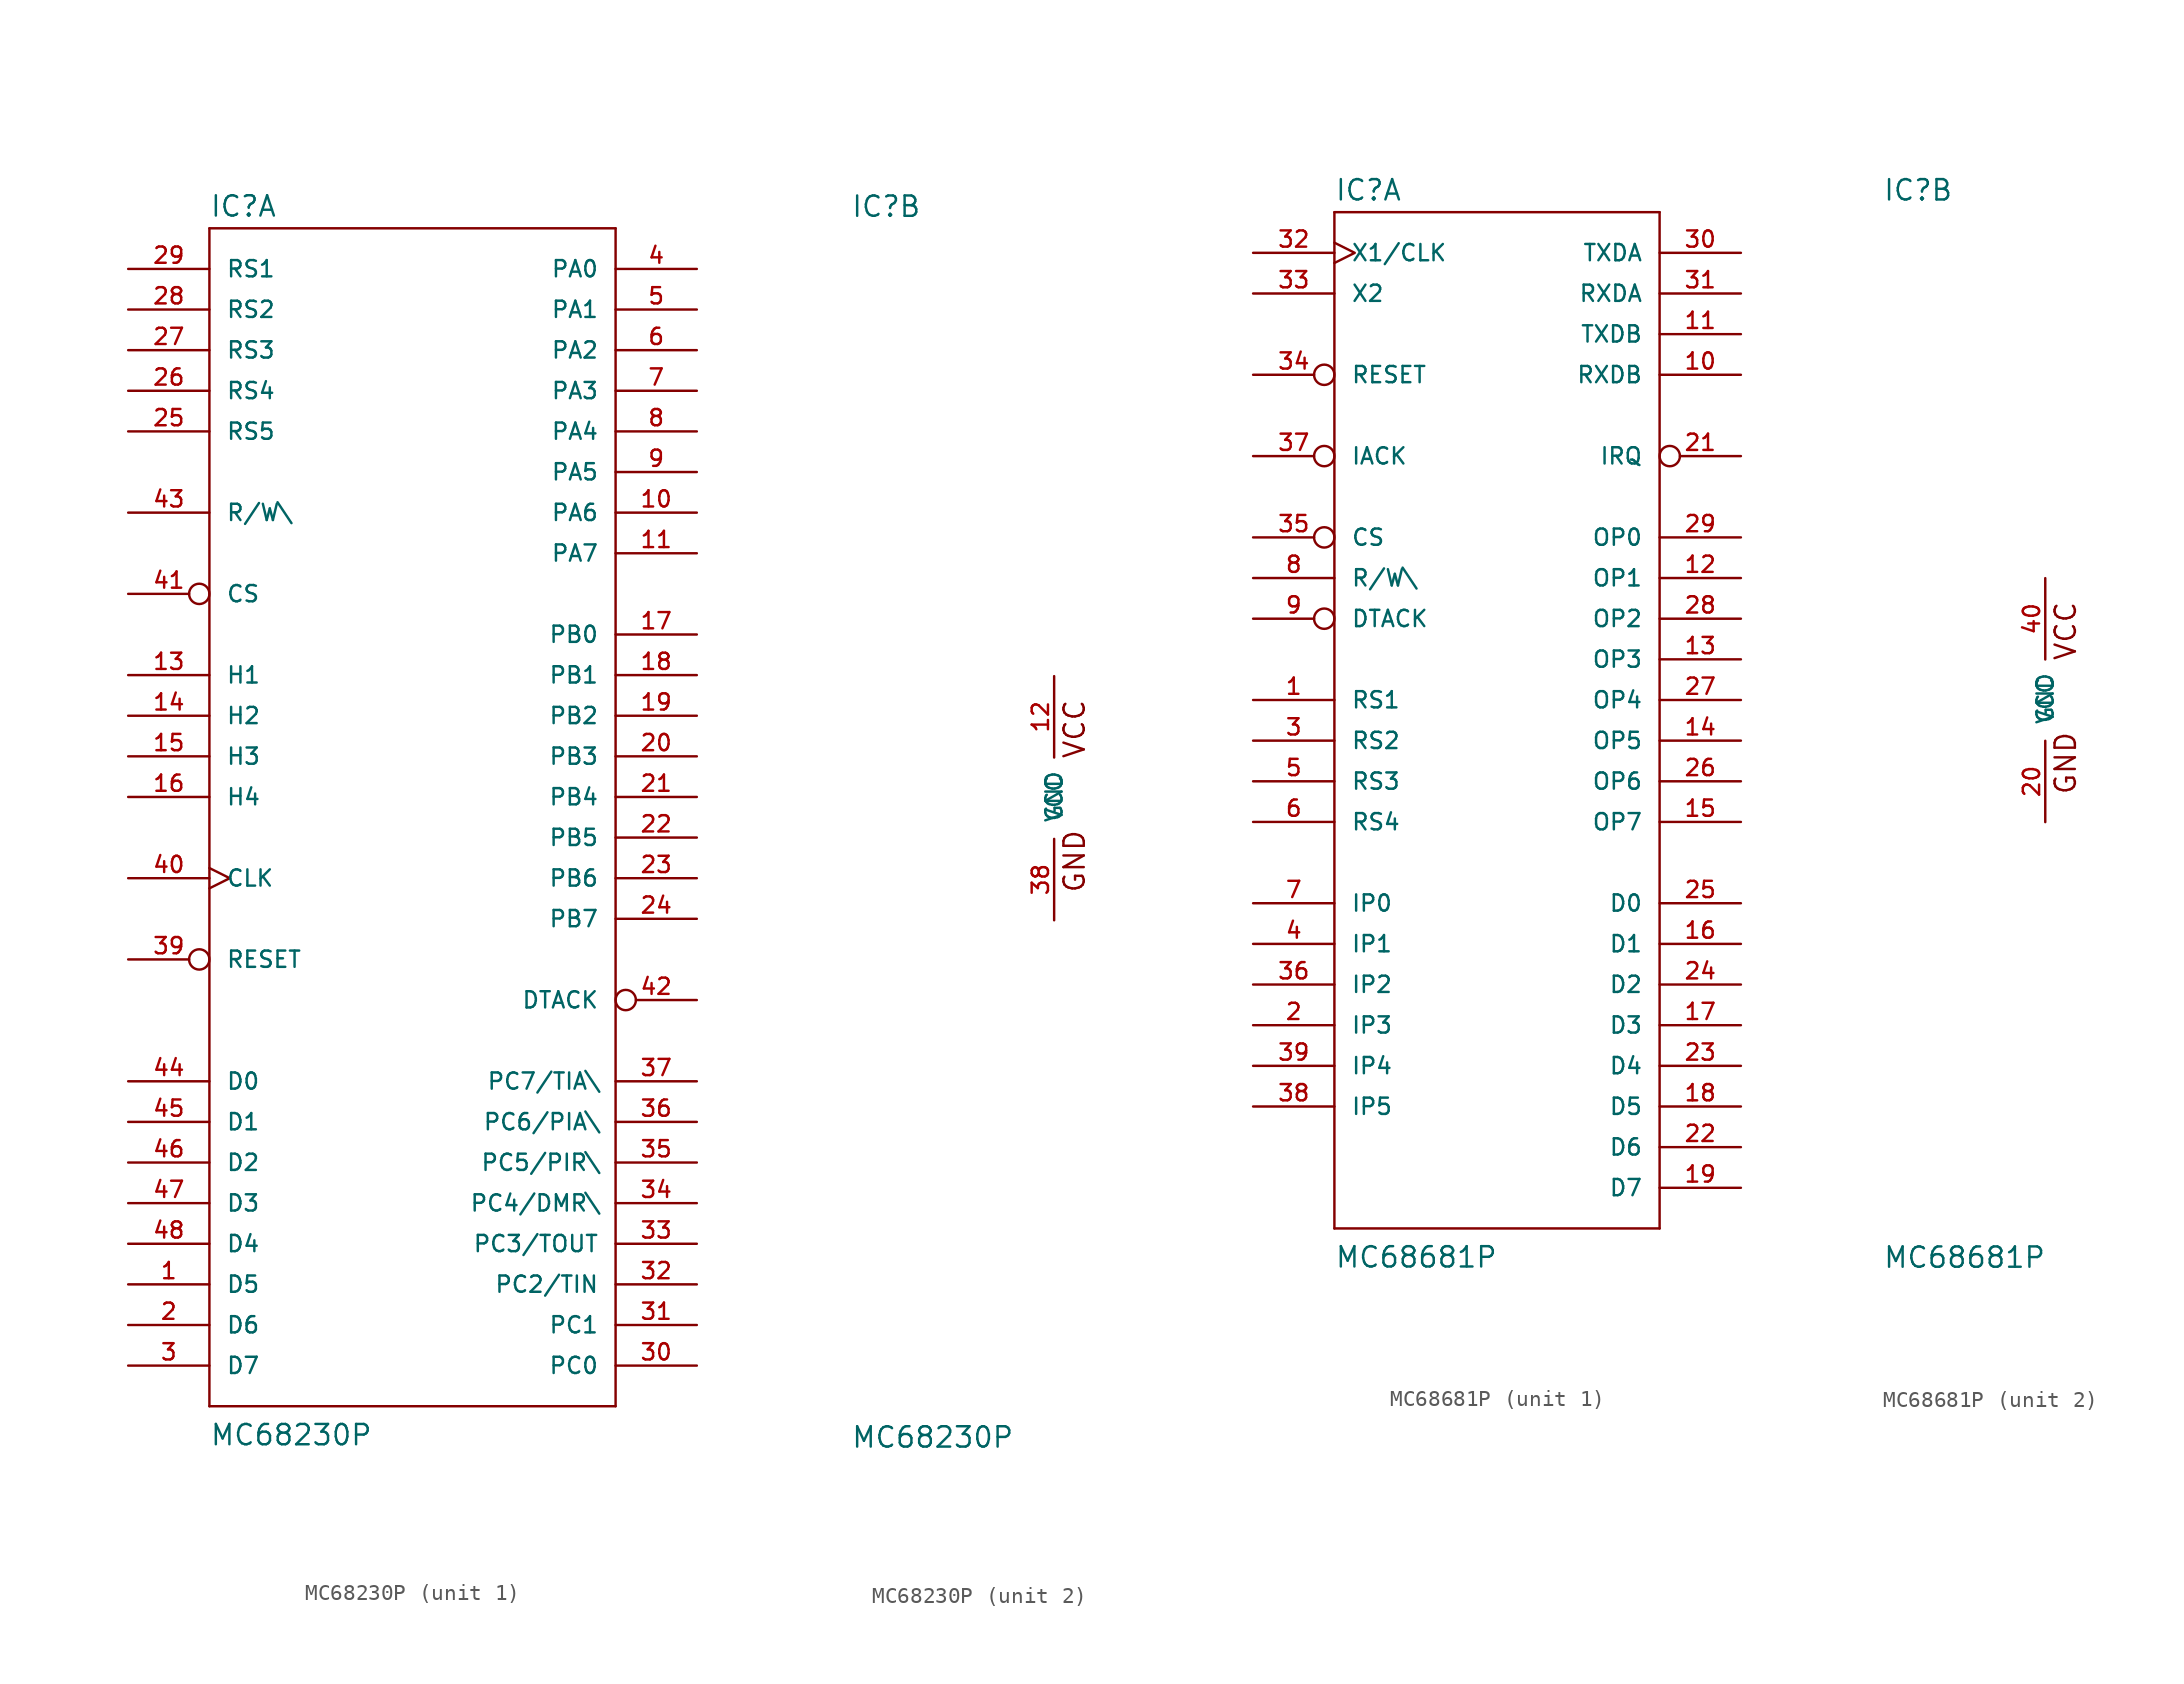
<source format=kicad_sym>
(kicad_symbol_lib
  (version 20220914)
  (generator kicad_symbol_editor)
  (symbol "MC68230P"
    (pin_names
      (offset 1.016))
    (property "Reference" "IC"
      (at -12.7 36.195 0)
      (effects (font (size 1.27 1.27)) (justify left bottom)))
    (property "Value" "MC68230P"
      (at -12.7 -40.64 0)
      (effects (font (size 1.27 1.27)) (justify left bottom)))
    (property "Datasheet" ""
      (at 0 0 0)
      (effects (font (size 1.524 1.524))))
    (property "ki_locked" ""
      (at 0 0 0)
      (effects (font (size 1.27 1.27))))
    (symbol "MC68230P_1_0"
      (polyline (pts (xy -12.7 -38.1) (xy -12.7 35.56)) (stroke (width 0) (type solid)) (fill (type none)))
      (polyline (pts (xy -12.7 -38.1) (xy 12.7 -38.1)) (stroke (width 0) (type solid)) (fill (type none)))
      (polyline (pts (xy 12.7 -38.1) (xy 12.7 35.56)) (stroke (width 0) (type solid)) (fill (type none)))
      (polyline (pts (xy 12.7 35.56) (xy -12.7 35.56)) (stroke (width 0) (type solid)) (fill (type none))))
    (symbol "MC68230P_1_1"
      (pin bidirectional line (at -17.78 -30.48 0) (length 5.08) (name "D5" (effects (font (size 1.016 1.016)))) (number "1" (effects (font (size 1.016 1.016)))))
      (pin bidirectional line (at 17.78 17.78 180) (length 5.08) (name "PA6" (effects (font (size 1.016 1.016)))) (number "10" (effects (font (size 1.016 1.016)))))
      (pin bidirectional line (at 17.78 15.24 180) (length 5.08) (name "PA7" (effects (font (size 1.016 1.016)))) (number "11" (effects (font (size 1.016 1.016)))))
      (pin input line (at -17.78 7.62 0) (length 5.08) (name "H1" (effects (font (size 1.016 1.016)))) (number "13" (effects (font (size 1.016 1.016)))))
      (pin bidirectional line (at -17.78 5.08 0) (length 5.08) (name "H2" (effects (font (size 1.016 1.016)))) (number "14" (effects (font (size 1.016 1.016)))))
      (pin input line (at -17.78 2.54 0) (length 5.08) (name "H3" (effects (font (size 1.016 1.016)))) (number "15" (effects (font (size 1.016 1.016)))))
      (pin bidirectional line (at -17.78 0 0) (length 5.08) (name "H4" (effects (font (size 1.016 1.016)))) (number "16" (effects (font (size 1.016 1.016)))))
      (pin bidirectional line (at 17.78 10.16 180) (length 5.08) (name "PB0" (effects (font (size 1.016 1.016)))) (number "17" (effects (font (size 1.016 1.016)))))
      (pin bidirectional line (at 17.78 7.62 180) (length 5.08) (name "PB1" (effects (font (size 1.016 1.016)))) (number "18" (effects (font (size 1.016 1.016)))))
      (pin bidirectional line (at 17.78 5.08 180) (length 5.08) (name "PB2" (effects (font (size 1.016 1.016)))) (number "19" (effects (font (size 1.016 1.016)))))
      (pin bidirectional line (at -17.78 -33.02 0) (length 5.08) (name "D6" (effects (font (size 1.016 1.016)))) (number "2" (effects (font (size 1.016 1.016)))))
      (pin bidirectional line (at 17.78 2.54 180) (length 5.08) (name "PB3" (effects (font (size 1.016 1.016)))) (number "20" (effects (font (size 1.016 1.016)))))
      (pin bidirectional line (at 17.78 0 180) (length 5.08) (name "PB4" (effects (font (size 1.016 1.016)))) (number "21" (effects (font (size 1.016 1.016)))))
      (pin bidirectional line (at 17.78 -2.54 180) (length 5.08) (name "PB5" (effects (font (size 1.016 1.016)))) (number "22" (effects (font (size 1.016 1.016)))))
      (pin bidirectional line (at 17.78 -5.08 180) (length 5.08) (name "PB6" (effects (font (size 1.016 1.016)))) (number "23" (effects (font (size 1.016 1.016)))))
      (pin bidirectional line (at 17.78 -7.62 180) (length 5.08) (name "PB7" (effects (font (size 1.016 1.016)))) (number "24" (effects (font (size 1.016 1.016)))))
      (pin input line (at -17.78 22.86 0) (length 5.08) (name "RS5" (effects (font (size 1.016 1.016)))) (number "25" (effects (font (size 1.016 1.016)))))
      (pin input line (at -17.78 25.4 0) (length 5.08) (name "RS4" (effects (font (size 1.016 1.016)))) (number "26" (effects (font (size 1.016 1.016)))))
      (pin input line (at -17.78 27.94 0) (length 5.08) (name "RS3" (effects (font (size 1.016 1.016)))) (number "27" (effects (font (size 1.016 1.016)))))
      (pin input line (at -17.78 30.48 0) (length 5.08) (name "RS2" (effects (font (size 1.016 1.016)))) (number "28" (effects (font (size 1.016 1.016)))))
      (pin input line (at -17.78 33.02 0) (length 5.08) (name "RS1" (effects (font (size 1.016 1.016)))) (number "29" (effects (font (size 1.016 1.016)))))
      (pin bidirectional line (at -17.78 -35.56 0) (length 5.08) (name "D7" (effects (font (size 1.016 1.016)))) (number "3" (effects (font (size 1.016 1.016)))))
      (pin bidirectional line (at 17.78 -35.56 180) (length 5.08) (name "PC0" (effects (font (size 1.016 1.016)))) (number "30" (effects (font (size 1.016 1.016)))))
      (pin bidirectional line (at 17.78 -33.02 180) (length 5.08) (name "PC1" (effects (font (size 1.016 1.016)))) (number "31" (effects (font (size 1.016 1.016)))))
      (pin bidirectional line (at 17.78 -30.48 180) (length 5.08) (name "PC2/TIN" (effects (font (size 1.016 1.016)))) (number "32" (effects (font (size 1.016 1.016)))))
      (pin bidirectional line (at 17.78 -27.94 180) (length 5.08) (name "PC3/TOUT" (effects (font (size 1.016 1.016)))) (number "33" (effects (font (size 1.016 1.016)))))
      (pin bidirectional line (at 17.78 -25.4 180) (length 5.08) (name "PC4/DMR\\" (effects (font (size 1.016 1.016)))) (number "34" (effects (font (size 1.016 1.016)))))
      (pin bidirectional line (at 17.78 -22.86 180) (length 5.08) (name "PC5/PIR\\" (effects (font (size 1.016 1.016)))) (number "35" (effects (font (size 1.016 1.016)))))
      (pin bidirectional line (at 17.78 -20.32 180) (length 5.08) (name "PC6/PIA\\" (effects (font (size 1.016 1.016)))) (number "36" (effects (font (size 1.016 1.016)))))
      (pin bidirectional line (at 17.78 -17.78 180) (length 5.08) (name "PC7/TIA\\" (effects (font (size 1.016 1.016)))) (number "37" (effects (font (size 1.016 1.016)))))
      (pin input inverted (at -17.78 -10.16 0) (length 5.08) (name "RESET" (effects (font (size 1.016 1.016)))) (number "39" (effects (font (size 1.016 1.016)))))
      (pin bidirectional line (at 17.78 33.02 180) (length 5.08) (name "PA0" (effects (font (size 1.016 1.016)))) (number "4" (effects (font (size 1.016 1.016)))))
      (pin input clock (at -17.78 -5.08 0) (length 5.08) (name "CLK" (effects (font (size 1.016 1.016)))) (number "40" (effects (font (size 1.016 1.016)))))
      (pin input inverted (at -17.78 12.7 0) (length 5.08) (name "CS" (effects (font (size 1.016 1.016)))) (number "41" (effects (font (size 1.016 1.016)))))
      (pin output inverted (at 17.78 -12.7 180) (length 5.08) (name "DTACK" (effects (font (size 1.016 1.016)))) (number "42" (effects (font (size 1.016 1.016)))))
      (pin input line (at -17.78 17.78 0) (length 5.08) (name "R/W\\" (effects (font (size 1.016 1.016)))) (number "43" (effects (font (size 1.016 1.016)))))
      (pin bidirectional line (at -17.78 -17.78 0) (length 5.08) (name "D0" (effects (font (size 1.016 1.016)))) (number "44" (effects (font (size 1.016 1.016)))))
      (pin bidirectional line (at -17.78 -20.32 0) (length 5.08) (name "D1" (effects (font (size 1.016 1.016)))) (number "45" (effects (font (size 1.016 1.016)))))
      (pin bidirectional line (at -17.78 -22.86 0) (length 5.08) (name "D2" (effects (font (size 1.016 1.016)))) (number "46" (effects (font (size 1.016 1.016)))))
      (pin bidirectional line (at -17.78 -25.4 0) (length 5.08) (name "D3" (effects (font (size 1.016 1.016)))) (number "47" (effects (font (size 1.016 1.016)))))
      (pin bidirectional line (at -17.78 -27.94 0) (length 5.08) (name "D4" (effects (font (size 1.016 1.016)))) (number "48" (effects (font (size 1.016 1.016)))))
      (pin bidirectional line (at 17.78 30.48 180) (length 5.08) (name "PA1" (effects (font (size 1.016 1.016)))) (number "5" (effects (font (size 1.016 1.016)))))
      (pin bidirectional line (at 17.78 27.94 180) (length 5.08) (name "PA2" (effects (font (size 1.016 1.016)))) (number "6" (effects (font (size 1.016 1.016)))))
      (pin bidirectional line (at 17.78 25.4 180) (length 5.08) (name "PA3" (effects (font (size 1.016 1.016)))) (number "7" (effects (font (size 1.016 1.016)))))
      (pin bidirectional line (at 17.78 22.86 180) (length 5.08) (name "PA4" (effects (font (size 1.016 1.016)))) (number "8" (effects (font (size 1.016 1.016)))))
      (pin bidirectional line (at 17.78 20.32 180) (length 5.08) (name "PA5" (effects (font (size 1.016 1.016)))) (number "9" (effects (font (size 1.016 1.016))))))
    (symbol "MC68230P_2_0"
      (text "GND" (at 1.27 -3.937 1) (effects (font (size 1.27 1.27))))
      (text "VCC" (at 1.27 4.318 1) (effects (font (size 1.27 1.27)))))
    (symbol "MC68230P_2_1"
      (pin power_in line (at 0 7.62 270) (length 5.08) (name "VCC" (effects (font (size 1.016 1.016)))) (number "12" (effects (font (size 1.016 1.016)))))
      (pin power_in line (at 0 -7.62 90) (length 5.08) (name "GND" (effects (font (size 1.016 1.016)))) (number "38" (effects (font (size 1.016 1.016)))))))
  (symbol "MC68681P"
    (pin_names
      (offset 1.016))
    (property "Reference" "IC"
      (at -10.16 31.115 0)
      (effects (font (size 1.27 1.27)) (justify left bottom)))
    (property "Value" "MC68681P"
      (at -10.16 -35.56 0)
      (effects (font (size 1.27 1.27)) (justify left bottom)))
    (property "Datasheet" ""
      (at 0 0 0)
      (effects (font (size 1.524 1.524))))
    (property "ki_locked" ""
      (at 0 0 0)
      (effects (font (size 1.27 1.27))))
    (symbol "MC68681P_1_0"
      (polyline (pts (xy -10.16 -33.02) (xy -10.16 30.48)) (stroke (width 0) (type solid)) (fill (type none)))
      (polyline (pts (xy -10.16 -33.02) (xy 10.16 -33.02)) (stroke (width 0) (type solid)) (fill (type none)))
      (polyline (pts (xy 10.16 30.48) (xy -10.16 30.48)) (stroke (width 0) (type solid)) (fill (type none)))
      (polyline (pts (xy 10.16 30.48) (xy 10.16 -33.02)) (stroke (width 0) (type solid)) (fill (type none))))
    (symbol "MC68681P_1_1"
      (pin input line (at -15.24 0 0) (length 5.08) (name "RS1" (effects (font (size 1.016 1.016)))) (number "1" (effects (font (size 1.016 1.016)))))
      (pin output line (at 15.24 20.32 180) (length 5.08) (name "RXDB" (effects (font (size 1.016 1.016)))) (number "10" (effects (font (size 1.016 1.016)))))
      (pin bidirectional line (at 15.24 22.86 180) (length 5.08) (name "TXDB" (effects (font (size 1.016 1.016)))) (number "11" (effects (font (size 1.016 1.016)))))
      (pin output line (at 15.24 7.62 180) (length 5.08) (name "OP1" (effects (font (size 1.016 1.016)))) (number "12" (effects (font (size 1.016 1.016)))))
      (pin output line (at 15.24 2.54 180) (length 5.08) (name "OP3" (effects (font (size 1.016 1.016)))) (number "13" (effects (font (size 1.016 1.016)))))
      (pin output line (at 15.24 -2.54 180) (length 5.08) (name "OP5" (effects (font (size 1.016 1.016)))) (number "14" (effects (font (size 1.016 1.016)))))
      (pin output line (at 15.24 -7.62 180) (length 5.08) (name "OP7" (effects (font (size 1.016 1.016)))) (number "15" (effects (font (size 1.016 1.016)))))
      (pin bidirectional line (at 15.24 -15.24 180) (length 5.08) (name "D1" (effects (font (size 1.016 1.016)))) (number "16" (effects (font (size 1.016 1.016)))))
      (pin bidirectional line (at 15.24 -20.32 180) (length 5.08) (name "D3" (effects (font (size 1.016 1.016)))) (number "17" (effects (font (size 1.016 1.016)))))
      (pin bidirectional line (at 15.24 -25.4 180) (length 5.08) (name "D5" (effects (font (size 1.016 1.016)))) (number "18" (effects (font (size 1.016 1.016)))))
      (pin bidirectional line (at 15.24 -30.48 180) (length 5.08) (name "D7" (effects (font (size 1.016 1.016)))) (number "19" (effects (font (size 1.016 1.016)))))
      (pin input line (at -15.24 -20.32 0) (length 5.08) (name "IP3" (effects (font (size 1.016 1.016)))) (number "2" (effects (font (size 1.016 1.016)))))
      (pin output inverted (at 15.24 15.24 180) (length 5.08) (name "IRQ" (effects (font (size 1.016 1.016)))) (number "21" (effects (font (size 1.016 1.016)))))
      (pin bidirectional line (at 15.24 -27.94 180) (length 5.08) (name "D6" (effects (font (size 1.016 1.016)))) (number "22" (effects (font (size 1.016 1.016)))))
      (pin bidirectional line (at 15.24 -22.86 180) (length 5.08) (name "D4" (effects (font (size 1.016 1.016)))) (number "23" (effects (font (size 1.016 1.016)))))
      (pin bidirectional line (at 15.24 -17.78 180) (length 5.08) (name "D2" (effects (font (size 1.016 1.016)))) (number "24" (effects (font (size 1.016 1.016)))))
      (pin bidirectional line (at 15.24 -12.7 180) (length 5.08) (name "D0" (effects (font (size 1.016 1.016)))) (number "25" (effects (font (size 1.016 1.016)))))
      (pin output line (at 15.24 -5.08 180) (length 5.08) (name "OP6" (effects (font (size 1.016 1.016)))) (number "26" (effects (font (size 1.016 1.016)))))
      (pin output line (at 15.24 0 180) (length 5.08) (name "OP4" (effects (font (size 1.016 1.016)))) (number "27" (effects (font (size 1.016 1.016)))))
      (pin output line (at 15.24 5.08 180) (length 5.08) (name "OP2" (effects (font (size 1.016 1.016)))) (number "28" (effects (font (size 1.016 1.016)))))
      (pin output line (at 15.24 10.16 180) (length 5.08) (name "OP0" (effects (font (size 1.016 1.016)))) (number "29" (effects (font (size 1.016 1.016)))))
      (pin input line (at -15.24 -2.54 0) (length 5.08) (name "RS2" (effects (font (size 1.016 1.016)))) (number "3" (effects (font (size 1.016 1.016)))))
      (pin output line (at 15.24 27.94 180) (length 5.08) (name "TXDA" (effects (font (size 1.016 1.016)))) (number "30" (effects (font (size 1.016 1.016)))))
      (pin input line (at 15.24 25.4 180) (length 5.08) (name "RXDA" (effects (font (size 1.016 1.016)))) (number "31" (effects (font (size 1.016 1.016)))))
      (pin input clock (at -15.24 27.94 0) (length 5.08) (name "X1/CLK" (effects (font (size 1.016 1.016)))) (number "32" (effects (font (size 1.016 1.016)))))
      (pin output line (at -15.24 25.4 0) (length 5.08) (name "X2" (effects (font (size 1.016 1.016)))) (number "33" (effects (font (size 1.016 1.016)))))
      (pin input inverted (at -15.24 20.32 0) (length 5.08) (name "RESET" (effects (font (size 1.016 1.016)))) (number "34" (effects (font (size 1.016 1.016)))))
      (pin input inverted (at -15.24 10.16 0) (length 5.08) (name "CS" (effects (font (size 1.016 1.016)))) (number "35" (effects (font (size 1.016 1.016)))))
      (pin input line (at -15.24 -17.78 0) (length 5.08) (name "IP2" (effects (font (size 1.016 1.016)))) (number "36" (effects (font (size 1.016 1.016)))))
      (pin input inverted (at -15.24 15.24 0) (length 5.08) (name "IACK" (effects (font (size 1.016 1.016)))) (number "37" (effects (font (size 1.016 1.016)))))
      (pin input line (at -15.24 -25.4 0) (length 5.08) (name "IP5" (effects (font (size 1.016 1.016)))) (number "38" (effects (font (size 1.016 1.016)))))
      (pin input line (at -15.24 -22.86 0) (length 5.08) (name "IP4" (effects (font (size 1.016 1.016)))) (number "39" (effects (font (size 1.016 1.016)))))
      (pin input line (at -15.24 -15.24 0) (length 5.08) (name "IP1" (effects (font (size 1.016 1.016)))) (number "4" (effects (font (size 1.016 1.016)))))
      (pin input line (at -15.24 -5.08 0) (length 5.08) (name "RS3" (effects (font (size 1.016 1.016)))) (number "5" (effects (font (size 1.016 1.016)))))
      (pin input line (at -15.24 -7.62 0) (length 5.08) (name "RS4" (effects (font (size 1.016 1.016)))) (number "6" (effects (font (size 1.016 1.016)))))
      (pin input line (at -15.24 -12.7 0) (length 5.08) (name "IP0" (effects (font (size 1.016 1.016)))) (number "7" (effects (font (size 1.016 1.016)))))
      (pin input line (at -15.24 7.62 0) (length 5.08) (name "R/W\\" (effects (font (size 1.016 1.016)))) (number "8" (effects (font (size 1.016 1.016)))))
      (pin output inverted (at -15.24 5.08 0) (length 5.08) (name "DTACK" (effects (font (size 1.016 1.016)))) (number "9" (effects (font (size 1.016 1.016))))))
    (symbol "MC68681P_2_0"
      (text "GND" (at 1.27 -3.937 1) (effects (font (size 1.27 1.27))))
      (text "VCC" (at 1.27 4.318 1) (effects (font (size 1.27 1.27)))))
    (symbol "MC68681P_2_1"
      (pin power_in line (at 0 -7.62 90) (length 5.08) (name "GND" (effects (font (size 1.016 1.016)))) (number "20" (effects (font (size 1.016 1.016)))))
      (pin power_in line (at 0 7.62 270) (length 5.08) (name "VCC" (effects (font (size 1.016 1.016)))) (number "40" (effects (font (size 1.016 1.016))))))))
</source>
